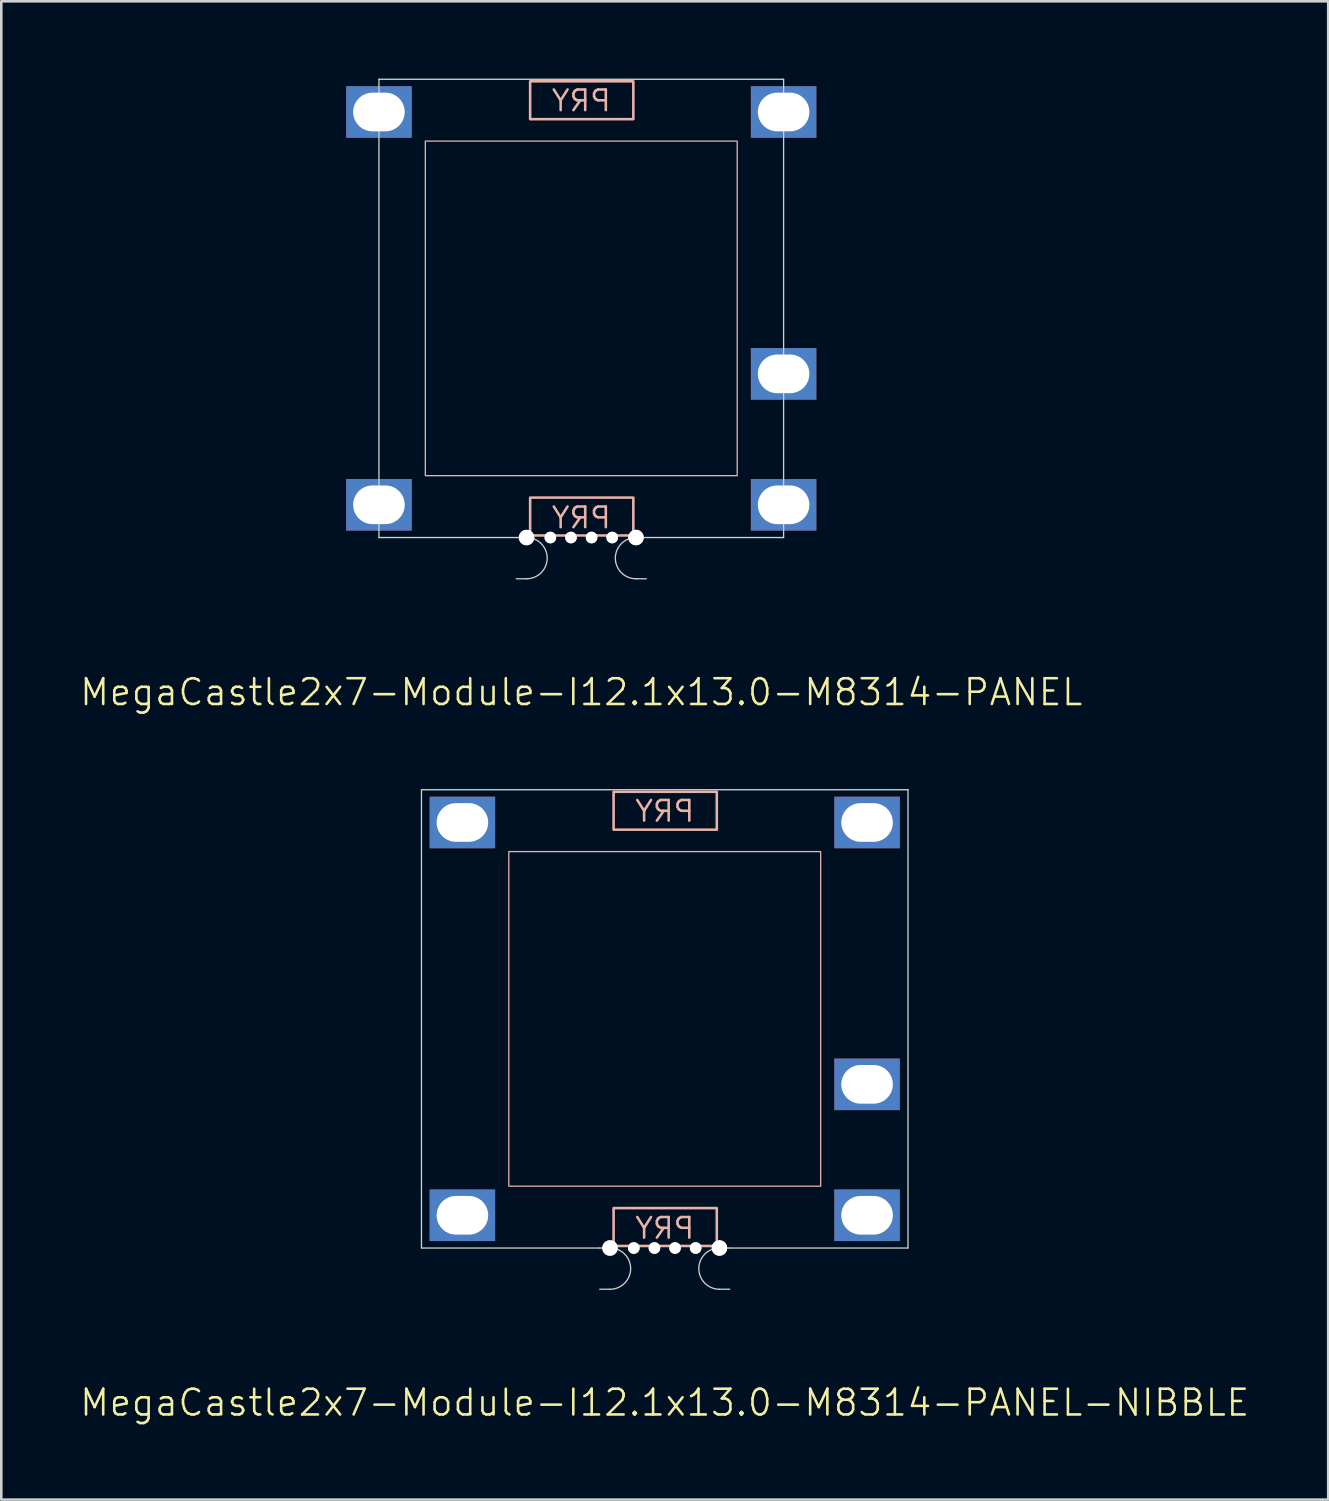
<source format=kicad_pcb>
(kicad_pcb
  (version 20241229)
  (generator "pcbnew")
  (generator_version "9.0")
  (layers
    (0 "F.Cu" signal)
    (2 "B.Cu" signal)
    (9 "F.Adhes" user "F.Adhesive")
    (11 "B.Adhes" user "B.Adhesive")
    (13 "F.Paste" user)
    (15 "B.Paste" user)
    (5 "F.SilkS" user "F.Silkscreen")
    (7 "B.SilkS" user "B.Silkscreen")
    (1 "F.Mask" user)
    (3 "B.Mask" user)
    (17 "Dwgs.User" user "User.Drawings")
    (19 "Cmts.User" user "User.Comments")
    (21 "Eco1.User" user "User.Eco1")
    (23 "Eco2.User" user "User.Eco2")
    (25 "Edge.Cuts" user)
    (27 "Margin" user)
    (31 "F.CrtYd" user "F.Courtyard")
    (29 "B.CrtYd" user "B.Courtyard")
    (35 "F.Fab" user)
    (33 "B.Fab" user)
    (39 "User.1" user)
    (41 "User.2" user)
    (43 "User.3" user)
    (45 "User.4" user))
  (footprint "MegaCastle2x7-Module-I12.1x13.0-M8314-PANEL-NIBBLE"
    (layer "F.Cu")
    (at 22.74 36.48)
    (property "Reference" "MegaCastle2x7-Module-I12.1x13.0-M8314-PANEL-NIBBLE" (at 0 14.89 0) (unlocked yes) (layer "F.SilkS") (effects (font (size 1 1) (thickness 0.1))))
    (attr smd)
    (fp_rect (start -6.05 6.49) (end 6.05 -6.49) (stroke (width 0.05) (type default)) (fill no) (layer "B.SilkS"))
    (fp_rect (start -1.984 -7.341) (end 2.02 -8.81) (stroke (width 0.1) (type default)) (fill no) (layer "B.SilkS"))
    (fp_rect (start -1.984 7.341) (end 2.02 8.81) (stroke (width 0.1) (type default)) (fill no) (layer "B.SilkS"))
    (fp_line (start -9.438 -8.89) (end -9.438 8.89) (stroke (width 0.05) (type default)) (layer "Edge.Cuts"))
    (fp_line (start -9.438 -8.89) (end 9.438 -8.89) (stroke (width 0.05) (type default)) (layer "Edge.Cuts"))
    (fp_line (start -9.438 8.89) (end -2.522 8.89) (stroke (width 0.05) (type default)) (layer "Edge.Cuts"))
    (fp_line (start -2.522 8.89) (end -2.123 8.89) (stroke (width 0.05) (type default)) (layer "Edge.Cuts"))
    (fp_line (start -2.522 10.49) (end -2.123 10.49) (stroke (width 0.05) (type default)) (layer "Edge.Cuts"))
    (fp_line (start 2.522 8.89) (end 2.123 8.89) (stroke (width 0.05) (type default)) (layer "Edge.Cuts"))
    (fp_line (start 2.522 8.89) (end 9.438 8.89) (stroke (width 0.05) (type default)) (layer "Edge.Cuts"))
    (fp_line (start 2.522 10.49) (end 2.123 10.49) (stroke (width 0.05) (type default)) (layer "Edge.Cuts"))
    (fp_line (start 9.438 -8.89) (end 9.438 8.89) (stroke (width 0.05) (type default)) (layer "Edge.Cuts"))
    (fp_arc (start -2.1225 8.89) (mid -1.3225 9.69) (end -2.1225 10.49) (stroke (width 0.05) (type default)) (layer "Edge.Cuts"))
    (fp_arc (start 2.1225 10.49) (mid 1.3225 9.69) (end 2.1225 8.89) (stroke (width 0.05) (type default)) (layer "Edge.Cuts"))
    (fp_text user "PRY" (at 0 8.59 0) (unlocked yes) (layer "B.SilkS") (effects (font (size 0.8 0.8) (thickness 0.1)) (justify bottom mirror)))
    (fp_text user "PRY" (at 0 -7.59 0) (unlocked yes) (layer "B.SilkS") (effects (font (size 0.8 0.8) (thickness 0.1)) (justify bottom mirror)))
    (pad "" np_thru_hole circle (at -2.123 8.89) (size 0.6 0.6) (drill 0.6) (layers "*.Cu" "Edge.Cuts"))
    (pad "" np_thru_hole circle (at -1.2 8.89) (size 0.45 0.45) (drill 0.45) (layers "*.Cu" "Edge.Cuts"))
    (pad "" np_thru_hole circle (at -0.4 8.89) (size 0.45 0.45) (drill 0.45) (layers "*.Cu" "Edge.Cuts"))
    (pad "" np_thru_hole circle (at 0.4 8.89) (size 0.45 0.45) (drill 0.45) (layers "*.Cu" "Edge.Cuts"))
    (pad "" np_thru_hole circle (at 1.2 8.89) (size 0.45 0.45) (drill 0.45) (layers "*.Cu" "Edge.Cuts"))
    (pad "" np_thru_hole circle (at 2.123 8.89) (size 0.6 0.6) (drill 0.6) (layers "*.Cu" "Edge.Cuts"))
    (pad "1" thru_hole rect (at -7.85 -7.62) (size 2.54 2) (drill oval 2 1.5) (property pad_prop_castellated) (layers "*.Cu" "*.Mask"))
    (pad "7" thru_hole rect (at -7.85 7.62) (size 2.54 2) (drill oval 2 1.5) (property pad_prop_castellated) (layers "*.Cu" "*.Mask"))
    (pad "8" thru_hole rect (at 7.85 -7.62) (size 2.54 2) (drill oval 2 1.5) (property pad_prop_castellated) (layers "*.Cu" "*.Mask"))
    (pad "12" thru_hole rect (at 7.85 2.54) (size 2.54 2) (drill oval 2 1.5) (property pad_prop_castellated) (layers "*.Cu" "*.Mask"))
    (pad "14" thru_hole rect (at 7.85 7.62) (size 2.54 2) (drill oval 2 1.5) (property pad_prop_castellated) (layers "*.Cu" "*.Mask"))
    (zone (net_name "") (layer "B.Cu") (hatch edge 0.5) (connect_pads) (min_thickness 0.25) (filled_areas_thickness no) (keepout (tracks allowed) (vias allowed) (pads allowed) (copperpour allowed) (footprints not_allowed)) (placement (enabled no)) (fill) (polygon (pts (xy 14.89 45.37) (xy 14.89 27.59) (xy 16.69 27.59) (xy 16.69 45.37))))
    (zone (net_name "") (layer "B.Cu") (hatch edge 0.5) (connect_pads) (min_thickness 0.25) (filled_areas_thickness no) (keepout (tracks allowed) (vias allowed) (pads allowed) (copperpour allowed) (footprints not_allowed)) (placement (enabled no)) (fill) (polygon (pts (xy 16.69 27.59) (xy 16.69 29.991) (xy 28.79 29.991) (xy 28.79 27.59))))
    (zone (net_name "") (layer "B.Cu") (hatch edge 0.5) (connect_pads) (min_thickness 0.25) (filled_areas_thickness no) (keepout (tracks allowed) (vias allowed) (pads allowed) (copperpour allowed) (footprints not_allowed)) (placement (enabled no)) (fill) (polygon (pts (xy 16.69 45.37) (xy 16.69 42.971) (xy 28.79 42.971) (xy 28.79 45.37))))
    (zone (net_name "") (layer "B.Cu") (name "Upper Pry Zone") (hatch edge 0.5) (connect_pads) (min_thickness 0.25) (filled_areas_thickness no) (keepout (tracks not_allowed) (vias not_allowed) (pads not_allowed) (copperpour allowed) (footprints not_allowed)) (placement (enabled no)) (fill) (polygon (pts (xy 20.756 29.139) (xy 20.756 27.671) (xy 24.76 27.671) (xy 24.76 29.139))))
    (zone (net_name "") (layer "B.Cu") (name "Upper Pry Zone") (hatch edge 0.5) (connect_pads) (min_thickness 0.25) (filled_areas_thickness no) (keepout (tracks not_allowed) (vias not_allowed) (pads not_allowed) (copperpour allowed) (footprints not_allowed)) (placement (enabled no)) (fill) (polygon (pts (xy 20.756 43.822) (xy 20.756 45.291) (xy 24.76 45.291) (xy 24.76 43.822))))
    (zone (net_name "") (layer "B.Cu") (hatch edge 0.5) (connect_pads) (min_thickness 0.25) (filled_areas_thickness no) (keepout (tracks allowed) (vias allowed) (pads allowed) (copperpour allowed) (footprints not_allowed)) (placement (enabled no)) (fill) (polygon (pts (xy 30.59 45.37) (xy 30.59 27.59) (xy 28.79 27.59) (xy 28.79 45.37)))))
  (footprint "MegaCastle2x7-Module-I12.1x13.0-M8314-PANEL"
    (layer "F.Cu")
    (at 19.502 8.915)
    (property "Reference" "MegaCastle2x7-Module-I12.1x13.0-M8314-PANEL" (at 0 14.89 0) (unlocked yes) (layer "F.SilkS") (effects (font (size 1 1) (thickness 0.1))))
    (attr smd)
    (fp_rect (start -6.05 6.49) (end 6.05 -6.49) (stroke (width 0.05) (type default)) (fill no) (layer "B.SilkS"))
    (fp_rect (start -1.984 -7.341) (end 2.02 -8.81) (stroke (width 0.1) (type default)) (fill no) (layer "B.SilkS"))
    (fp_rect (start -1.984 7.341) (end 2.02 8.81) (stroke (width 0.1) (type default)) (fill no) (layer "B.SilkS"))
    (fp_line (start -7.85 -8.89) (end -7.85 8.89) (stroke (width 0.05) (type default)) (layer "Edge.Cuts"))
    (fp_line (start -7.85 -8.89) (end 7.85 -8.89) (stroke (width 0.05) (type default)) (layer "Edge.Cuts"))
    (fp_line (start -7.85 8.89) (end -2.522 8.89) (stroke (width 0.05) (type default)) (layer "Edge.Cuts"))
    (fp_line (start -2.522 8.89) (end -2.123 8.89) (stroke (width 0.05) (type default)) (layer "Edge.Cuts"))
    (fp_line (start -2.522 10.49) (end -2.123 10.49) (stroke (width 0.05) (type default)) (layer "Edge.Cuts"))
    (fp_line (start 2.522 8.89) (end 2.123 8.89) (stroke (width 0.05) (type default)) (layer "Edge.Cuts"))
    (fp_line (start 2.522 8.89) (end 7.85 8.89) (stroke (width 0.05) (type default)) (layer "Edge.Cuts"))
    (fp_line (start 2.522 10.49) (end 2.123 10.49) (stroke (width 0.05) (type default)) (layer "Edge.Cuts"))
    (fp_line (start 7.85 -8.89) (end 7.85 8.89) (stroke (width 0.05) (type default)) (layer "Edge.Cuts"))
    (fp_arc (start -2.1225 8.89) (mid -1.3225 9.69) (end -2.1225 10.49) (stroke (width 0.05) (type default)) (layer "Edge.Cuts"))
    (fp_arc (start 2.1225 10.49) (mid 1.3225 9.69) (end 2.1225 8.89) (stroke (width 0.05) (type default)) (layer "Edge.Cuts"))
    (fp_text user "PRY" (at 0 -7.59 0) (unlocked yes) (layer "B.SilkS") (effects (font (size 0.8 0.8) (thickness 0.1)) (justify bottom mirror)))
    (fp_text user "PRY" (at 0 8.59 0) (unlocked yes) (layer "B.SilkS") (effects (font (size 0.8 0.8) (thickness 0.1)) (justify bottom mirror)))
    (pad "" np_thru_hole circle (at -2.123 8.89) (size 0.6 0.6) (drill 0.6) (layers "*.Cu" "Edge.Cuts"))
    (pad "" np_thru_hole circle (at -1.2 8.89) (size 0.45 0.45) (drill 0.45) (layers "*.Cu" "Edge.Cuts"))
    (pad "" np_thru_hole circle (at -0.4 8.89) (size 0.45 0.45) (drill 0.45) (layers "*.Cu" "Edge.Cuts"))
    (pad "" np_thru_hole circle (at 0.4 8.89) (size 0.45 0.45) (drill 0.45) (layers "*.Cu" "Edge.Cuts"))
    (pad "" np_thru_hole circle (at 1.2 8.89) (size 0.45 0.45) (drill 0.45) (layers "*.Cu" "Edge.Cuts"))
    (pad "" np_thru_hole circle (at 2.123 8.89) (size 0.6 0.6) (drill 0.6) (layers "*.Cu" "Edge.Cuts"))
    (pad "1" thru_hole rect (at -7.85 -7.62) (size 2.54 2) (drill oval 2 1.5) (property pad_prop_castellated) (layers "*.Cu" "*.Mask"))
    (pad "7" thru_hole rect (at -7.85 7.62) (size 2.54 2) (drill oval 2 1.5) (property pad_prop_castellated) (layers "*.Cu" "*.Mask"))
    (pad "8" thru_hole rect (at 7.85 -7.62) (size 2.54 2) (drill oval 2 1.5) (property pad_prop_castellated) (layers "*.Cu" "*.Mask"))
    (pad "12" thru_hole rect (at 7.85 2.54) (size 2.54 2) (drill oval 2 1.5) (property pad_prop_castellated) (layers "*.Cu" "*.Mask"))
    (pad "14" thru_hole rect (at 7.85 7.62) (size 2.54 2) (drill oval 2 1.5) (property pad_prop_castellated) (layers "*.Cu" "*.Mask"))
    (zone (net_name "") (layer "B.Cu") (hatch edge 0.5) (connect_pads) (min_thickness 0.25) (filled_areas_thickness no) (keepout (tracks allowed) (vias allowed) (pads allowed) (copperpour allowed) (footprints not_allowed)) (placement (enabled no)) (fill) (polygon (pts (xy 11.652 17.805) (xy 11.652 0.025) (xy 13.452 0.025) (xy 13.452 17.805))))
    (zone (net_name "") (layer "B.Cu") (hatch edge 0.5) (connect_pads) (min_thickness 0.25) (filled_areas_thickness no) (keepout (tracks allowed) (vias allowed) (pads allowed) (copperpour allowed) (footprints not_allowed)) (placement (enabled no)) (fill) (polygon (pts (xy 13.452 0.025) (xy 13.452 2.425) (xy 25.552 2.425) (xy 25.552 0.025))))
    (zone (net_name "") (layer "B.Cu") (hatch edge 0.5) (connect_pads) (min_thickness 0.25) (filled_areas_thickness no) (keepout (tracks allowed) (vias allowed) (pads allowed) (copperpour allowed) (footprints not_allowed)) (placement (enabled no)) (fill) (polygon (pts (xy 13.452 17.805) (xy 13.452 15.405) (xy 25.552 15.405) (xy 25.552 17.805))))
    (zone (net_name "") (layer "B.Cu") (name "Upper Pry Zone") (hatch edge 0.5) (connect_pads) (min_thickness 0.25) (filled_areas_thickness no) (keepout (tracks not_allowed) (vias not_allowed) (pads not_allowed) (copperpour allowed) (footprints not_allowed)) (placement (enabled no)) (fill) (polygon (pts (xy 17.518 1.574) (xy 17.518 0.105) (xy 21.522 0.105) (xy 21.522 1.574))))
    (zone (net_name "") (layer "B.Cu") (name "Upper Pry Zone") (hatch edge 0.5) (connect_pads) (min_thickness 0.25) (filled_areas_thickness no) (keepout (tracks not_allowed) (vias not_allowed) (pads not_allowed) (copperpour allowed) (footprints not_allowed)) (placement (enabled no)) (fill) (polygon (pts (xy 17.518 16.256) (xy 17.518 17.725) (xy 21.522 17.725) (xy 21.522 16.256))))
    (zone (net_name "") (layer "B.Cu") (hatch edge 0.5) (connect_pads) (min_thickness 0.25) (filled_areas_thickness no) (keepout (tracks allowed) (vias allowed) (pads allowed) (copperpour allowed) (footprints not_allowed)) (placement (enabled no)) (fill) (polygon (pts (xy 27.352 17.805) (xy 27.352 0.025) (xy 25.552 0.025) (xy 25.552 17.805)))))
  (gr_rect
    (start -3 -3)
    (end 48.481 55.131)
    (stroke (width 0.1) (type default))
    (fill no)
    (layer "Edge.Cuts")))
</source>
